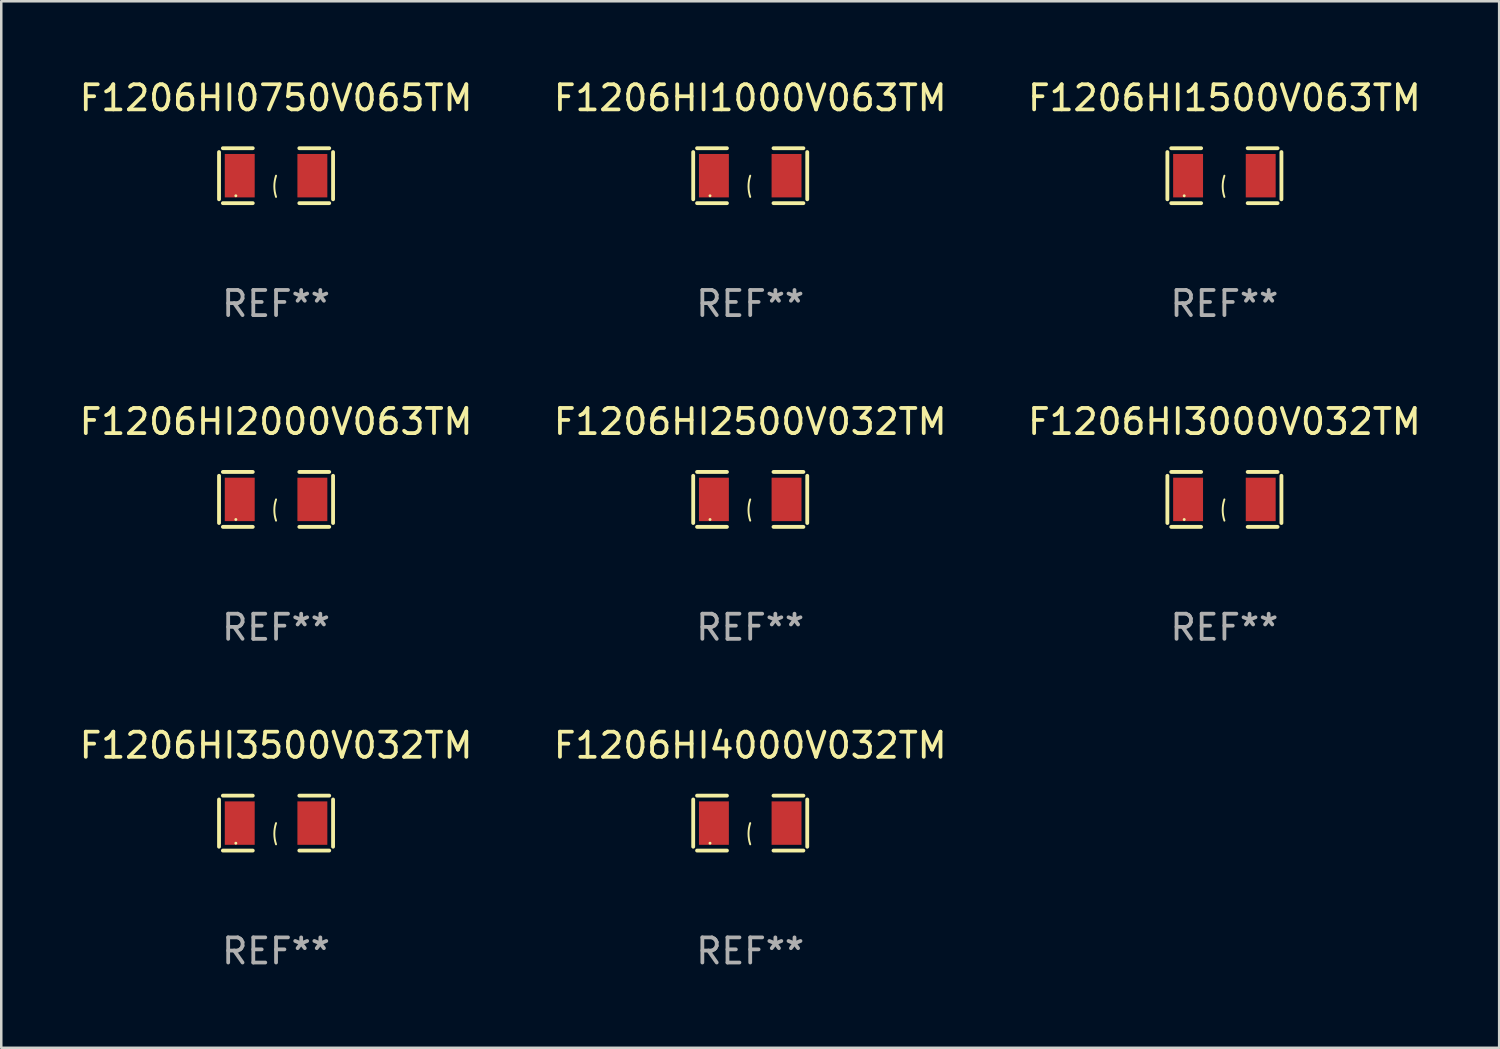
<source format=kicad_pcb>
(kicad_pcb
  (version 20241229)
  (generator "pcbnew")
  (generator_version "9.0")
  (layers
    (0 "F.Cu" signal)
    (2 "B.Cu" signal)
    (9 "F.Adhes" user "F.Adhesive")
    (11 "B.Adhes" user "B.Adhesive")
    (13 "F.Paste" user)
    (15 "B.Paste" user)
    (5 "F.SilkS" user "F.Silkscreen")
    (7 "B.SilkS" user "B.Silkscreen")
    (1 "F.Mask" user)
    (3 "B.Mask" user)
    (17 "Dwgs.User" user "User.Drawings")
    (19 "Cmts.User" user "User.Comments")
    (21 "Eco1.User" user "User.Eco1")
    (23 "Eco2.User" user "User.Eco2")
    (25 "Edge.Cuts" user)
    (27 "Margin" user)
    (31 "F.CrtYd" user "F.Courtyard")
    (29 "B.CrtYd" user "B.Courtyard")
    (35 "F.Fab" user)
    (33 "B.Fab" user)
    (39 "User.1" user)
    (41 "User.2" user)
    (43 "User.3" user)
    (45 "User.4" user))
  (footprint "F1206HI2500V032TM"
    (layer "F.Cu")
    (at 26.804 16.823)
    (property "Reference" "F1206HI2500V032TM" (at 0 -3.093 0) (layer "F.SilkS") (effects (font (size 1 1) (thickness 0.15))))
    (attr through_hole)
    (fp_line (start -2.269 -0.94) (end -2.269 0.94) (stroke (width 0.152) (type solid)) (layer "F.SilkS"))
    (fp_line (start -2.116 1.093) (end -0.926 1.093) (stroke (width 0.152) (type solid)) (layer "F.SilkS"))
    (fp_line (start -0.926 -1.093) (end -2.116 -1.093) (stroke (width 0.152) (type solid)) (layer "F.SilkS"))
    (fp_line (start 0.926 -1.093) (end 2.116 -1.093) (stroke (width 0.152) (type solid)) (layer "F.SilkS"))
    (fp_line (start 2.116 1.093) (end 0.926 1.093) (stroke (width 0.152) (type solid)) (layer "F.SilkS"))
    (fp_line (start 2.269 -0.94) (end 2.269 0.94) (stroke (width 0.152) (type solid)) (layer "F.SilkS"))
    (fp_arc (start 0 0.844951) (mid -0.068559 0.422475) (end 0 0) (stroke (width 0.0762) (type solid)) (layer "F.SilkS"))
    (fp_circle (center -1.6 0.8) (end -1.57 0.8) (stroke (width 0.06) (type solid)) (fill no) (layer "F.SilkS"))
    (fp_text user "REF**" (at 0 5.093 0) (layer "F.Fab") (effects (font (size 1 1) (thickness 0.15))))
    (pad "1" smd rect (at -1.445 0) (size 1.19 1.728) (layers "F.Cu" "F.Mask" "F.Paste"))
    (pad "2" smd rect (at 1.445 0) (size 1.19 1.728) (layers "F.Cu" "F.Mask" "F.Paste")))
  (footprint "F1206HI3000V032TM"
    (layer "F.Cu")
    (at 45.673 16.823)
    (property "Reference" "F1206HI3000V032TM" (at 0 -3.093 0) (layer "F.SilkS") (effects (font (size 1 1) (thickness 0.15))))
    (attr through_hole)
    (fp_line (start -2.269 -0.94) (end -2.269 0.94) (stroke (width 0.152) (type solid)) (layer "F.SilkS"))
    (fp_line (start -2.116 1.093) (end -0.926 1.093) (stroke (width 0.152) (type solid)) (layer "F.SilkS"))
    (fp_line (start -0.926 -1.093) (end -2.116 -1.093) (stroke (width 0.152) (type solid)) (layer "F.SilkS"))
    (fp_line (start 0.926 -1.093) (end 2.116 -1.093) (stroke (width 0.152) (type solid)) (layer "F.SilkS"))
    (fp_line (start 2.116 1.093) (end 0.926 1.093) (stroke (width 0.152) (type solid)) (layer "F.SilkS"))
    (fp_line (start 2.269 -0.94) (end 2.269 0.94) (stroke (width 0.152) (type solid)) (layer "F.SilkS"))
    (fp_arc (start 0 0.844951) (mid -0.068559 0.422475) (end 0 0) (stroke (width 0.0762) (type solid)) (layer "F.SilkS"))
    (fp_circle (center -1.6 0.8) (end -1.57 0.8) (stroke (width 0.06) (type solid)) (fill no) (layer "F.SilkS"))
    (fp_text user "REF**" (at 0 5.093 0) (layer "F.Fab") (effects (font (size 1 1) (thickness 0.15))))
    (pad "1" smd rect (at -1.445 0) (size 1.19 1.728) (layers "F.Cu" "F.Mask" "F.Paste"))
    (pad "2" smd rect (at 1.445 0) (size 1.19 1.728) (layers "F.Cu" "F.Mask" "F.Paste")))
  (footprint "F1206HI0750V065TM"
    (layer "F.Cu")
    (at 7.935 3.941)
    (property "Reference" "F1206HI0750V065TM" (at 0 -3.093 0) (layer "F.SilkS") (effects (font (size 1 1) (thickness 0.15))))
    (attr through_hole)
    (fp_line (start -2.269 -0.94) (end -2.269 0.94) (stroke (width 0.152) (type solid)) (layer "F.SilkS"))
    (fp_line (start -2.116 1.093) (end -0.926 1.093) (stroke (width 0.152) (type solid)) (layer "F.SilkS"))
    (fp_line (start -0.926 -1.093) (end -2.116 -1.093) (stroke (width 0.152) (type solid)) (layer "F.SilkS"))
    (fp_line (start 0.926 -1.093) (end 2.116 -1.093) (stroke (width 0.152) (type solid)) (layer "F.SilkS"))
    (fp_line (start 2.116 1.093) (end 0.926 1.093) (stroke (width 0.152) (type solid)) (layer "F.SilkS"))
    (fp_line (start 2.269 -0.94) (end 2.269 0.94) (stroke (width 0.152) (type solid)) (layer "F.SilkS"))
    (fp_arc (start 0 0.844951) (mid -0.068559 0.422475) (end 0 0) (stroke (width 0.0762) (type solid)) (layer "F.SilkS"))
    (fp_circle (center -1.6 0.8) (end -1.57 0.8) (stroke (width 0.06) (type solid)) (fill no) (layer "F.SilkS"))
    (fp_text user "REF**" (at 0 5.093 0) (layer "F.Fab") (effects (font (size 1 1) (thickness 0.15))))
    (pad "1" smd rect (at -1.445 0) (size 1.19 1.728) (layers "F.Cu" "F.Mask" "F.Paste"))
    (pad "2" smd rect (at 1.445 0) (size 1.19 1.728) (layers "F.Cu" "F.Mask" "F.Paste")))
  (footprint "F1206HI1500V063TM"
    (layer "F.Cu")
    (at 45.673 3.941)
    (property "Reference" "F1206HI1500V063TM" (at 0 -3.093 0) (layer "F.SilkS") (effects (font (size 1 1) (thickness 0.15))))
    (attr through_hole)
    (fp_line (start -2.269 -0.94) (end -2.269 0.94) (stroke (width 0.152) (type solid)) (layer "F.SilkS"))
    (fp_line (start -2.116 1.093) (end -0.926 1.093) (stroke (width 0.152) (type solid)) (layer "F.SilkS"))
    (fp_line (start -0.926 -1.093) (end -2.116 -1.093) (stroke (width 0.152) (type solid)) (layer "F.SilkS"))
    (fp_line (start 0.926 -1.093) (end 2.116 -1.093) (stroke (width 0.152) (type solid)) (layer "F.SilkS"))
    (fp_line (start 2.116 1.093) (end 0.926 1.093) (stroke (width 0.152) (type solid)) (layer "F.SilkS"))
    (fp_line (start 2.269 -0.94) (end 2.269 0.94) (stroke (width 0.152) (type solid)) (layer "F.SilkS"))
    (fp_arc (start 0 0.844951) (mid -0.068559 0.422475) (end 0 0) (stroke (width 0.0762) (type solid)) (layer "F.SilkS"))
    (fp_circle (center -1.6 0.8) (end -1.57 0.8) (stroke (width 0.06) (type solid)) (fill no) (layer "F.SilkS"))
    (fp_text user "REF**" (at 0 5.093 0) (layer "F.Fab") (effects (font (size 1 1) (thickness 0.15))))
    (pad "1" smd rect (at -1.445 0) (size 1.19 1.728) (layers "F.Cu" "F.Mask" "F.Paste"))
    (pad "2" smd rect (at 1.445 0) (size 1.19 1.728) (layers "F.Cu" "F.Mask" "F.Paste")))
  (footprint "F1206HI4000V032TM"
    (layer "F.Cu")
    (at 26.804 29.704)
    (property "Reference" "F1206HI4000V032TM" (at 0 -3.093 0) (layer "F.SilkS") (effects (font (size 1 1) (thickness 0.15))))
    (attr through_hole)
    (fp_line (start -2.269 -0.94) (end -2.269 0.94) (stroke (width 0.152) (type solid)) (layer "F.SilkS"))
    (fp_line (start -2.116 1.093) (end -0.926 1.093) (stroke (width 0.152) (type solid)) (layer "F.SilkS"))
    (fp_line (start -0.926 -1.093) (end -2.116 -1.093) (stroke (width 0.152) (type solid)) (layer "F.SilkS"))
    (fp_line (start 0.926 -1.093) (end 2.116 -1.093) (stroke (width 0.152) (type solid)) (layer "F.SilkS"))
    (fp_line (start 2.116 1.093) (end 0.926 1.093) (stroke (width 0.152) (type solid)) (layer "F.SilkS"))
    (fp_line (start 2.269 -0.94) (end 2.269 0.94) (stroke (width 0.152) (type solid)) (layer "F.SilkS"))
    (fp_arc (start 0 0.844951) (mid -0.068559 0.422475) (end 0 0) (stroke (width 0.0762) (type solid)) (layer "F.SilkS"))
    (fp_circle (center -1.6 0.8) (end -1.57 0.8) (stroke (width 0.06) (type solid)) (fill no) (layer "F.SilkS"))
    (fp_text user "REF**" (at 0 5.093 0) (layer "F.Fab") (effects (font (size 1 1) (thickness 0.15))))
    (pad "1" smd rect (at -1.445 0) (size 1.19 1.728) (layers "F.Cu" "F.Mask" "F.Paste"))
    (pad "2" smd rect (at 1.445 0) (size 1.19 1.728) (layers "F.Cu" "F.Mask" "F.Paste")))
  (footprint "F1206HI1000V063TM"
    (layer "F.Cu")
    (at 26.804 3.941)
    (property "Reference" "F1206HI1000V063TM" (at 0 -3.093 0) (layer "F.SilkS") (effects (font (size 1 1) (thickness 0.15))))
    (attr through_hole)
    (fp_line (start -2.269 -0.94) (end -2.269 0.94) (stroke (width 0.152) (type solid)) (layer "F.SilkS"))
    (fp_line (start -2.116 1.093) (end -0.926 1.093) (stroke (width 0.152) (type solid)) (layer "F.SilkS"))
    (fp_line (start -0.926 -1.093) (end -2.116 -1.093) (stroke (width 0.152) (type solid)) (layer "F.SilkS"))
    (fp_line (start 0.926 -1.093) (end 2.116 -1.093) (stroke (width 0.152) (type solid)) (layer "F.SilkS"))
    (fp_line (start 2.116 1.093) (end 0.926 1.093) (stroke (width 0.152) (type solid)) (layer "F.SilkS"))
    (fp_line (start 2.269 -0.94) (end 2.269 0.94) (stroke (width 0.152) (type solid)) (layer "F.SilkS"))
    (fp_arc (start 0 0.844951) (mid -0.068559 0.422475) (end 0 0) (stroke (width 0.0762) (type solid)) (layer "F.SilkS"))
    (fp_circle (center -1.6 0.8) (end -1.57 0.8) (stroke (width 0.06) (type solid)) (fill no) (layer "F.SilkS"))
    (fp_text user "REF**" (at 0 5.093 0) (layer "F.Fab") (effects (font (size 1 1) (thickness 0.15))))
    (pad "1" smd rect (at -1.445 0) (size 1.19 1.728) (layers "F.Cu" "F.Mask" "F.Paste"))
    (pad "2" smd rect (at 1.445 0) (size 1.19 1.728) (layers "F.Cu" "F.Mask" "F.Paste")))
  (footprint "F1206HI2000V063TM"
    (layer "F.Cu")
    (at 7.935 16.823)
    (property "Reference" "F1206HI2000V063TM" (at 0 -3.093 0) (layer "F.SilkS") (effects (font (size 1 1) (thickness 0.15))))
    (attr through_hole)
    (fp_line (start -2.269 -0.94) (end -2.269 0.94) (stroke (width 0.152) (type solid)) (layer "F.SilkS"))
    (fp_line (start -2.116 1.093) (end -0.926 1.093) (stroke (width 0.152) (type solid)) (layer "F.SilkS"))
    (fp_line (start -0.926 -1.093) (end -2.116 -1.093) (stroke (width 0.152) (type solid)) (layer "F.SilkS"))
    (fp_line (start 0.926 -1.093) (end 2.116 -1.093) (stroke (width 0.152) (type solid)) (layer "F.SilkS"))
    (fp_line (start 2.116 1.093) (end 0.926 1.093) (stroke (width 0.152) (type solid)) (layer "F.SilkS"))
    (fp_line (start 2.269 -0.94) (end 2.269 0.94) (stroke (width 0.152) (type solid)) (layer "F.SilkS"))
    (fp_arc (start 0 0.844951) (mid -0.068559 0.422475) (end 0 0) (stroke (width 0.0762) (type solid)) (layer "F.SilkS"))
    (fp_circle (center -1.6 0.8) (end -1.57 0.8) (stroke (width 0.06) (type solid)) (fill no) (layer "F.SilkS"))
    (fp_text user "REF**" (at 0 5.093 0) (layer "F.Fab") (effects (font (size 1 1) (thickness 0.15))))
    (pad "1" smd rect (at -1.445 0) (size 1.19 1.728) (layers "F.Cu" "F.Mask" "F.Paste"))
    (pad "2" smd rect (at 1.445 0) (size 1.19 1.728) (layers "F.Cu" "F.Mask" "F.Paste")))
  (footprint "F1206HI3500V032TM"
    (layer "F.Cu")
    (at 7.935 29.704)
    (property "Reference" "F1206HI3500V032TM" (at 0 -3.093 0) (layer "F.SilkS") (effects (font (size 1 1) (thickness 0.15))))
    (attr through_hole)
    (fp_line (start -2.269 -0.94) (end -2.269 0.94) (stroke (width 0.152) (type solid)) (layer "F.SilkS"))
    (fp_line (start -2.116 1.093) (end -0.926 1.093) (stroke (width 0.152) (type solid)) (layer "F.SilkS"))
    (fp_line (start -0.926 -1.093) (end -2.116 -1.093) (stroke (width 0.152) (type solid)) (layer "F.SilkS"))
    (fp_line (start 0.926 -1.093) (end 2.116 -1.093) (stroke (width 0.152) (type solid)) (layer "F.SilkS"))
    (fp_line (start 2.116 1.093) (end 0.926 1.093) (stroke (width 0.152) (type solid)) (layer "F.SilkS"))
    (fp_line (start 2.269 -0.94) (end 2.269 0.94) (stroke (width 0.152) (type solid)) (layer "F.SilkS"))
    (fp_arc (start 0 0.844951) (mid -0.068559 0.422475) (end 0 0) (stroke (width 0.0762) (type solid)) (layer "F.SilkS"))
    (fp_circle (center -1.6 0.8) (end -1.57 0.8) (stroke (width 0.06) (type solid)) (fill no) (layer "F.SilkS"))
    (fp_text user "REF**" (at 0 5.093 0) (layer "F.Fab") (effects (font (size 1 1) (thickness 0.15))))
    (pad "1" smd rect (at -1.445 0) (size 1.19 1.728) (layers "F.Cu" "F.Mask" "F.Paste"))
    (pad "2" smd rect (at 1.445 0) (size 1.19 1.728) (layers "F.Cu" "F.Mask" "F.Paste")))
  (gr_rect
    (start -3 -3)
    (end 56.607 38.645)
    (stroke (width 0.1) (type default))
    (fill no)
    (layer "Edge.Cuts")))
</source>
